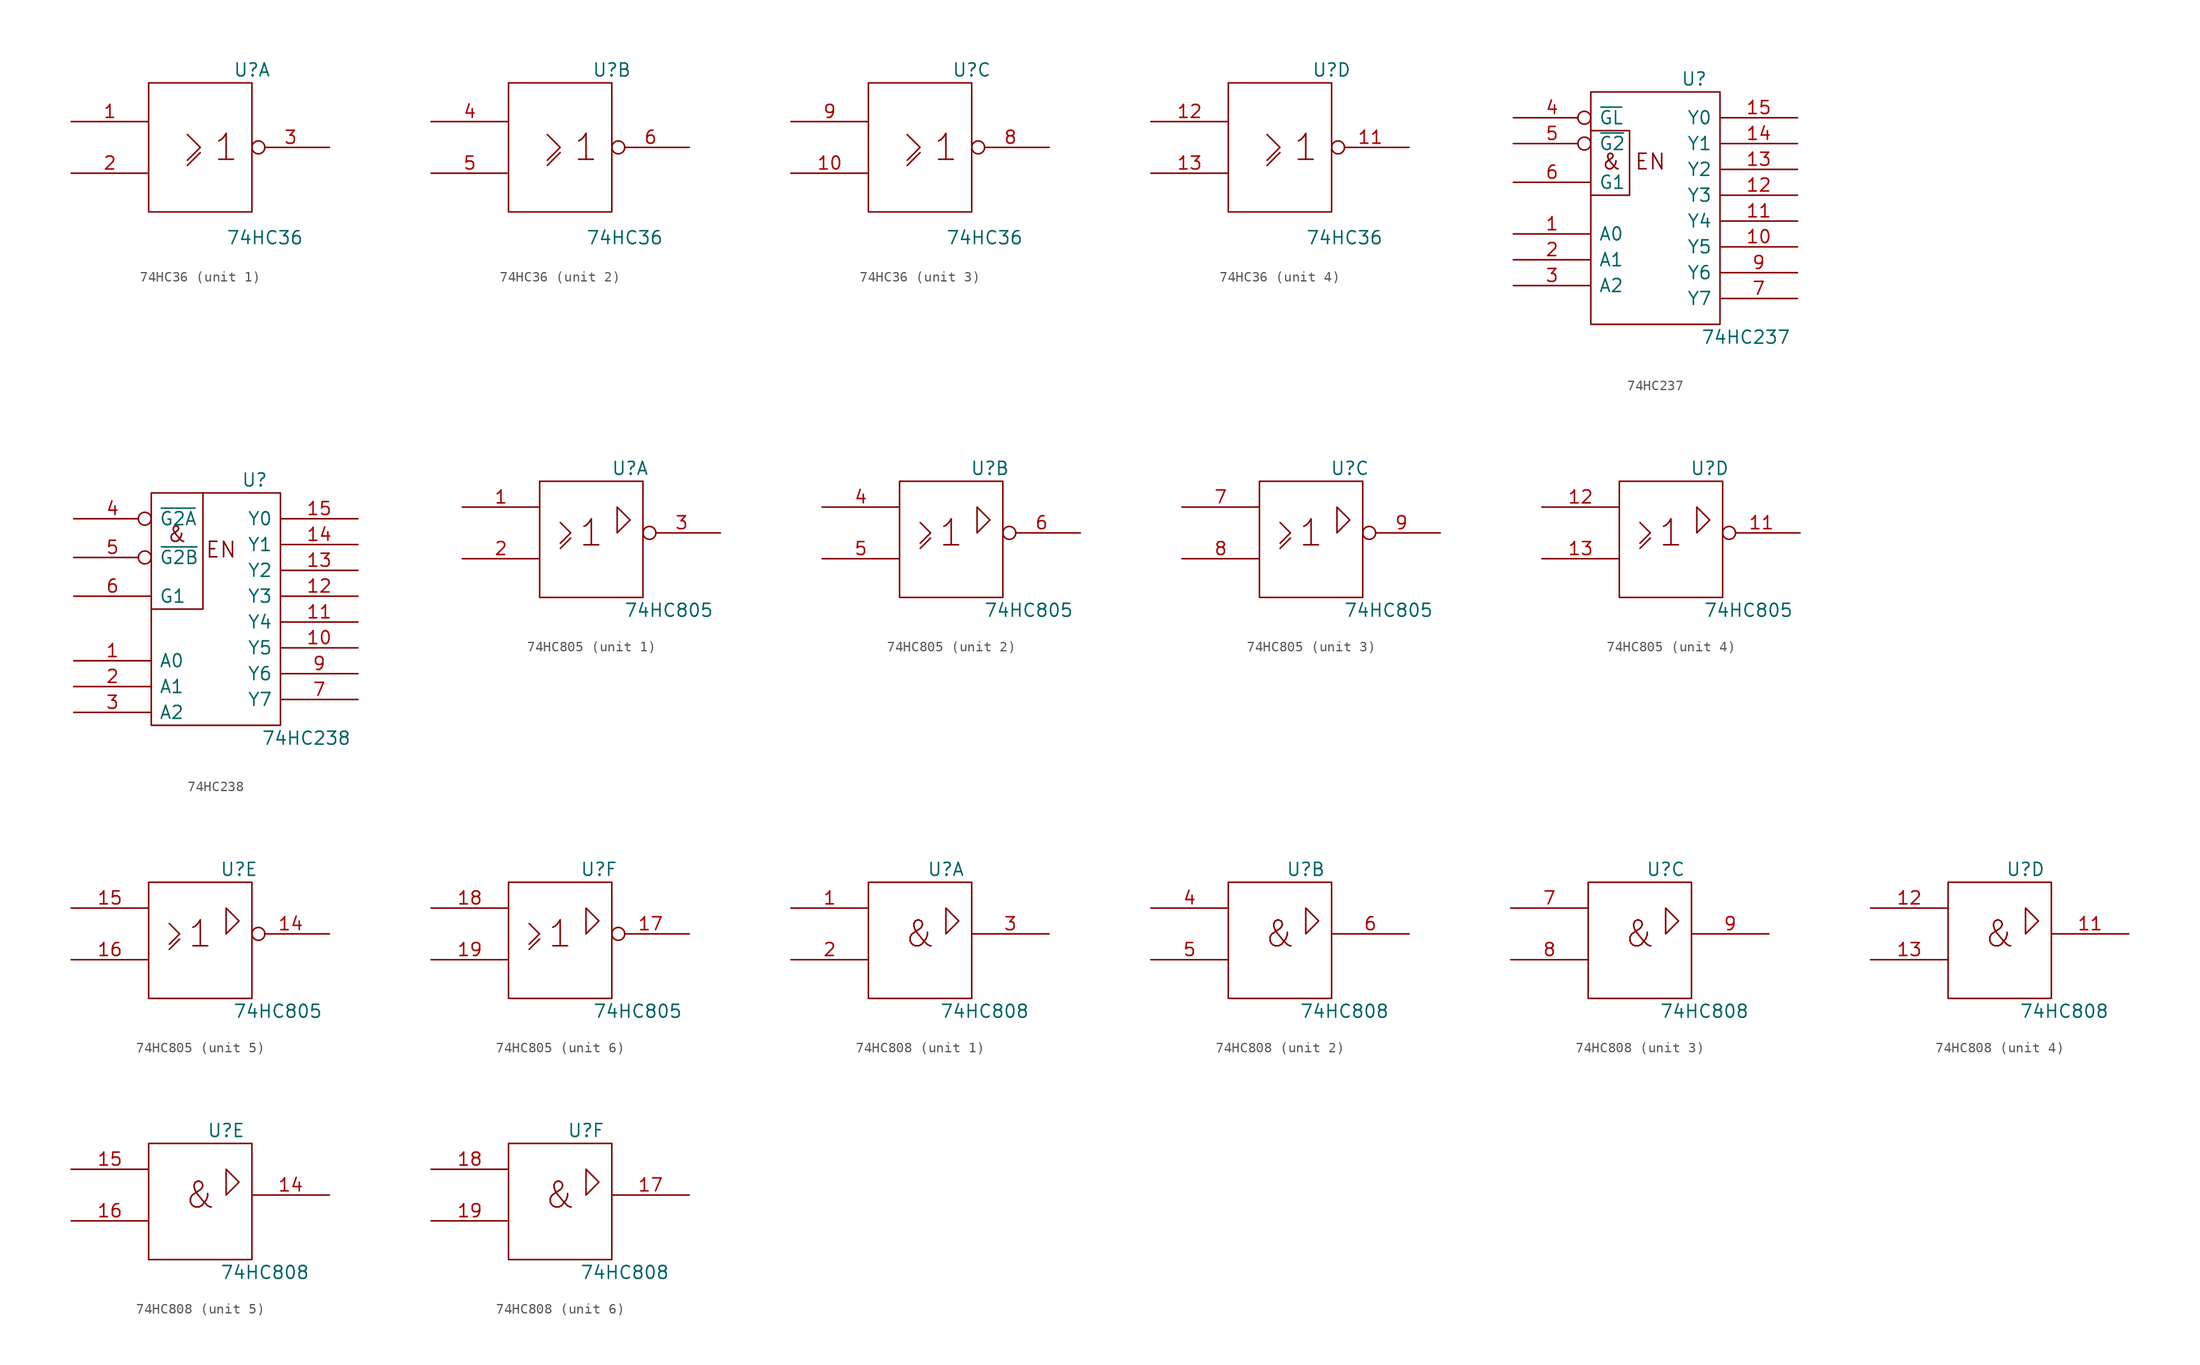
<source format=kicad_sym>
(kicad_symbol_lib
  (version 20201005)
  (generator kicad_symbol_editor)
  (symbol "74HC36"
    (pin_names
      (offset 0.762))
    (property "Reference" "U"
      (at 5.08 7.62 0)
      (effects (font (size 1.27 1.27))))
    (property "Value" "74HC36"
      (at 6.35 -8.89 0)
      (effects (font (size 1.27 1.27))))
    (symbol "74HC36_0_0"
      (text "1" (at 2.54 0 0) (effects (font (size 2.54 2.54))))
      (polyline (pts (xy -1.27 -1.778) (xy 0 -0.508) (xy 0 -0.508)) (stroke (width 0)) (fill (type none)))
      (polyline (pts (xy -1.27 1.27) (xy 0 0) (xy -1.27 -1.27) (xy -1.27 -1.27)) (stroke (width 0)) (fill (type none))))
    (symbol "74HC36_0_1"
      (rectangle (start -5.08 6.35) (end 5.08 -6.35) (stroke (width 0)) (fill (type none)))
      (pin power_in line (at 0 6.35 270) (length 0) hide (name "Vcc" (effects (font (size 1.27 1.27)))) (number "14" (effects (font (size 1.27 1.27)))))
      (pin power_in line (at 0 -6.35 90) (length 0) hide (name "Gnd" (effects (font (size 1.27 1.27)))) (number "7" (effects (font (size 1.27 1.27))))))
    (symbol "74HC36_1_1"
      (pin input line (at -12.7 2.54 0) (length 7.62) (name "~" (effects (font (size 1.27 1.27)))) (number "1" (effects (font (size 1.27 1.27)))))
      (pin input line (at -12.7 -2.54 0) (length 7.62) (name "~" (effects (font (size 1.27 1.27)))) (number "2" (effects (font (size 1.27 1.27)))))
      (pin output inverted (at 12.7 0 180) (length 7.62) (name "~" (effects (font (size 1.27 1.27)))) (number "3" (effects (font (size 1.27 1.27))))))
    (symbol "74HC36_2_1"
      (pin input line (at -12.7 2.54 0) (length 7.62) (name "~" (effects (font (size 1.27 1.27)))) (number "4" (effects (font (size 1.27 1.27)))))
      (pin input line (at -12.7 -2.54 0) (length 7.62) (name "~" (effects (font (size 1.27 1.27)))) (number "5" (effects (font (size 1.27 1.27)))))
      (pin output inverted (at 12.7 0 180) (length 7.62) (name "~" (effects (font (size 1.27 1.27)))) (number "6" (effects (font (size 1.27 1.27))))))
    (symbol "74HC36_3_1"
      (pin input line (at -12.7 -2.54 0) (length 7.62) (name "~" (effects (font (size 1.27 1.27)))) (number "10" (effects (font (size 1.27 1.27)))))
      (pin output inverted (at 12.7 0 180) (length 7.62) (name "~" (effects (font (size 1.27 1.27)))) (number "8" (effects (font (size 1.27 1.27)))))
      (pin input line (at -12.7 2.54 0) (length 7.62) (name "~" (effects (font (size 1.27 1.27)))) (number "9" (effects (font (size 1.27 1.27))))))
    (symbol "74HC36_4_1"
      (pin output inverted (at 12.7 0 180) (length 7.62) (name "~" (effects (font (size 1.27 1.27)))) (number "11" (effects (font (size 1.27 1.27)))))
      (pin input line (at -12.7 2.54 0) (length 7.62) (name "~" (effects (font (size 1.27 1.27)))) (number "12" (effects (font (size 1.27 1.27)))))
      (pin input line (at -12.7 -2.54 0) (length 7.62) (name "~" (effects (font (size 1.27 1.27)))) (number "13" (effects (font (size 1.27 1.27)))))))
  (symbol "74HC237"
    (pin_names
      (offset 0.762))
    (property "Reference" "U"
      (at 3.81 8.89 0)
      (effects (font (size 1.27 1.27))))
    (property "Value" "74HC237"
      (at 8.89 -16.51 0)
      (effects (font (size 1.27 1.27))))
    (symbol "74HC237_0_0"
      (text "&" (at -4.318 0.762 0) (effects (font (size 1.524 1.524))))
      (text "EN" (at -0.508 0.762 0) (effects (font (size 1.524 1.524))))
      (pin power_in line (at 0 7.62 270) (length 0) hide (name "VCC" (effects (font (size 1.27 1.27)))) (number "16" (effects (font (size 1.27 1.27))))))
    (symbol "74HC237_0_1"
      (rectangle (start -6.35 7.62) (end 6.35 -15.24) (stroke (width 0)) (fill (type none)))
      (polyline (pts (xy -6.35 3.81) (xy -2.54 3.81) (xy -2.54 -2.54) (xy -6.35 -2.54) (xy -6.35 -2.54)) (stroke (width 0)) (fill (type none)))
      (pin power_in line (at 0 -15.24 90) (length 0) hide (name "GND" (effects (font (size 1.27 1.27)))) (number "8" (effects (font (size 1.27 1.27))))))
    (symbol "74HC237_1_1"
      (pin input line (at -13.97 -6.35 0) (length 7.62) (name "A0" (effects (font (size 1.27 1.27)))) (number "1" (effects (font (size 1.27 1.27)))))
      (pin output line (at 13.97 -7.62 180) (length 7.62) (name "Y5" (effects (font (size 1.27 1.27)))) (number "10" (effects (font (size 1.27 1.27)))))
      (pin output line (at 13.97 -5.08 180) (length 7.62) (name "Y4" (effects (font (size 1.27 1.27)))) (number "11" (effects (font (size 1.27 1.27)))))
      (pin output line (at 13.97 -2.54 180) (length 7.62) (name "Y3" (effects (font (size 1.27 1.27)))) (number "12" (effects (font (size 1.27 1.27)))))
      (pin output line (at 13.97 0 180) (length 7.62) (name "Y2" (effects (font (size 1.27 1.27)))) (number "13" (effects (font (size 1.27 1.27)))))
      (pin output line (at 13.97 2.54 180) (length 7.62) (name "Y1" (effects (font (size 1.27 1.27)))) (number "14" (effects (font (size 1.27 1.27)))))
      (pin output line (at 13.97 5.08 180) (length 7.62) (name "Y0" (effects (font (size 1.27 1.27)))) (number "15" (effects (font (size 1.27 1.27)))))
      (pin input line (at -13.97 -8.89 0) (length 7.62) (name "A1" (effects (font (size 1.27 1.27)))) (number "2" (effects (font (size 1.27 1.27)))))
      (pin input line (at -13.97 -11.43 0) (length 7.62) (name "A2" (effects (font (size 1.27 1.27)))) (number "3" (effects (font (size 1.27 1.27)))))
      (pin input inverted (at -13.97 5.08 0) (length 7.62) (name "~GL" (effects (font (size 1.27 1.27)))) (number "4" (effects (font (size 1.27 1.27)))))
      (pin input inverted (at -13.97 2.54 0) (length 7.62) (name "~G2" (effects (font (size 1.27 1.27)))) (number "5" (effects (font (size 1.27 1.27)))))
      (pin input line (at -13.97 -1.27 0) (length 7.62) (name "G1" (effects (font (size 1.27 1.27)))) (number "6" (effects (font (size 1.27 1.27)))))
      (pin output line (at 13.97 -12.7 180) (length 7.62) (name "Y7" (effects (font (size 1.27 1.27)))) (number "7" (effects (font (size 1.27 1.27)))))
      (pin output line (at 13.97 -10.16 180) (length 7.62) (name "Y6" (effects (font (size 1.27 1.27)))) (number "9" (effects (font (size 1.27 1.27)))))))
  (symbol "74HC238"
    (pin_names
      (offset 0.762))
    (property "Reference" "U"
      (at 3.81 8.89 0)
      (effects (font (size 1.27 1.27))))
    (property "Value" "74HC238"
      (at 8.89 -16.51 0)
      (effects (font (size 1.27 1.27))))
    (symbol "74HC238_0_0"
      (text "&" (at -3.81 3.556 0) (effects (font (size 1.524 1.524))))
      (text "EN" (at 0.508 2.032 0) (effects (font (size 1.524 1.524))))
      (pin power_in line (at 0 7.62 270) (length 0) hide (name "VCC" (effects (font (size 1.27 1.27)))) (number "16" (effects (font (size 1.27 1.27))))))
    (symbol "74HC238_0_1"
      (rectangle (start -6.35 7.62) (end 6.35 -15.24) (stroke (width 0)) (fill (type none)))
      (polyline (pts (xy -1.27 7.62) (xy -1.27 -3.81) (xy -6.35 -3.81) (xy -6.35 -3.81)) (stroke (width 0)) (fill (type none))))
    (symbol "74HC238_1_1"
      (pin input line (at -13.97 -8.89 0) (length 7.62) (name "A0" (effects (font (size 1.27 1.27)))) (number "1" (effects (font (size 1.27 1.27)))))
      (pin output line (at 13.97 -7.62 180) (length 7.62) (name "Y5" (effects (font (size 1.27 1.27)))) (number "10" (effects (font (size 1.27 1.27)))))
      (pin output line (at 13.97 -5.08 180) (length 7.62) (name "Y4" (effects (font (size 1.27 1.27)))) (number "11" (effects (font (size 1.27 1.27)))))
      (pin output line (at 13.97 -2.54 180) (length 7.62) (name "Y3" (effects (font (size 1.27 1.27)))) (number "12" (effects (font (size 1.27 1.27)))))
      (pin output line (at 13.97 0 180) (length 7.62) (name "Y2" (effects (font (size 1.27 1.27)))) (number "13" (effects (font (size 1.27 1.27)))))
      (pin output line (at 13.97 2.54 180) (length 7.62) (name "Y1" (effects (font (size 1.27 1.27)))) (number "14" (effects (font (size 1.27 1.27)))))
      (pin output line (at 13.97 5.08 180) (length 7.62) (name "Y0" (effects (font (size 1.27 1.27)))) (number "15" (effects (font (size 1.27 1.27)))))
      (pin input line (at -13.97 -11.43 0) (length 7.62) (name "A1" (effects (font (size 1.27 1.27)))) (number "2" (effects (font (size 1.27 1.27)))))
      (pin input line (at -13.97 -13.97 0) (length 7.62) (name "A2" (effects (font (size 1.27 1.27)))) (number "3" (effects (font (size 1.27 1.27)))))
      (pin input inverted (at -13.97 5.08 0) (length 7.62) (name "~G2A" (effects (font (size 1.27 1.27)))) (number "4" (effects (font (size 1.27 1.27)))))
      (pin input inverted (at -13.97 1.27 0) (length 7.62) (name "~G2B" (effects (font (size 1.27 1.27)))) (number "5" (effects (font (size 1.27 1.27)))))
      (pin input line (at -13.97 -2.54 0) (length 7.62) (name "G1" (effects (font (size 1.27 1.27)))) (number "6" (effects (font (size 1.27 1.27)))))
      (pin output line (at 13.97 -12.7 180) (length 7.62) (name "Y7" (effects (font (size 1.27 1.27)))) (number "7" (effects (font (size 1.27 1.27)))))
      (pin power_in line (at 0 -15.24 90) (length 0) hide (name "GND" (effects (font (size 1.27 1.27)))) (number "8" (effects (font (size 1.27 1.27)))))
      (pin output line (at 13.97 -10.16 180) (length 7.62) (name "Y6" (effects (font (size 1.27 1.27)))) (number "9" (effects (font (size 1.27 1.27)))))))
  (symbol "74HC805"
    (pin_names
      (offset 0.762))
    (property "Reference" "U"
      (at 3.81 6.35 0)
      (effects (font (size 1.27 1.27))))
    (property "Value" "74HC805"
      (at 7.62 -7.62 0)
      (effects (font (size 1.27 1.27))))
    (symbol "74HC805_0_1"
      (text "1" (at 0 0 0) (effects (font (size 2.54 2.54))))
      (rectangle (start -5.08 5.08) (end 5.08 -6.35) (stroke (width 0)) (fill (type none)))
      (polyline (pts (xy -3.048 -1.524) (xy -2.032 -0.508) (xy -2.032 -0.508)) (stroke (width 0)) (fill (type none)))
      (polyline (pts (xy -3.048 1.016) (xy -2.032 0) (xy -3.048 -1.016) (xy -3.048 -1.016)) (stroke (width 0)) (fill (type none)))
      (polyline (pts (xy 2.54 0) (xy 2.54 2.54) (xy 3.81 1.27) (xy 2.54 0) (xy 2.54 0)) (stroke (width 0)) (fill (type none)))
      (pin power_in line (at 0 -6.35 90) (length 0) hide (name "Gnd" (effects (font (size 1.27 1.27)))) (number "10" (effects (font (size 1.27 1.27)))))
      (pin power_in line (at 0 5.08 270) (length 0) hide (name "Vcc" (effects (font (size 1.27 1.27)))) (number "20" (effects (font (size 1.27 1.27))))))
    (symbol "74HC805_1_1"
      (pin input line (at -12.7 2.54 0) (length 7.62) (name "~" (effects (font (size 1.27 1.27)))) (number "1" (effects (font (size 1.27 1.27)))))
      (pin input line (at -12.7 -2.54 0) (length 7.62) (name "~" (effects (font (size 1.27 1.27)))) (number "2" (effects (font (size 1.27 1.27)))))
      (pin output inverted (at 12.7 0 180) (length 7.62) (name "~" (effects (font (size 1.27 1.27)))) (number "3" (effects (font (size 1.27 1.27))))))
    (symbol "74HC805_2_1"
      (pin input line (at -12.7 2.54 0) (length 7.62) (name "~" (effects (font (size 1.27 1.27)))) (number "4" (effects (font (size 1.27 1.27)))))
      (pin input line (at -12.7 -2.54 0) (length 7.62) (name "~" (effects (font (size 1.27 1.27)))) (number "5" (effects (font (size 1.27 1.27)))))
      (pin output inverted (at 12.7 0 180) (length 7.62) (name "~" (effects (font (size 1.27 1.27)))) (number "6" (effects (font (size 1.27 1.27))))))
    (symbol "74HC805_3_1"
      (pin input line (at -12.7 2.54 0) (length 7.62) (name "~" (effects (font (size 1.27 1.27)))) (number "7" (effects (font (size 1.27 1.27)))))
      (pin input line (at -12.7 -2.54 0) (length 7.62) (name "~" (effects (font (size 1.27 1.27)))) (number "8" (effects (font (size 1.27 1.27)))))
      (pin output inverted (at 12.7 0 180) (length 7.62) (name "~" (effects (font (size 1.27 1.27)))) (number "9" (effects (font (size 1.27 1.27))))))
    (symbol "74HC805_4_1"
      (pin output inverted (at 12.7 0 180) (length 7.62) (name "~" (effects (font (size 1.27 1.27)))) (number "11" (effects (font (size 1.27 1.27)))))
      (pin input line (at -12.7 2.54 0) (length 7.62) (name "~" (effects (font (size 1.27 1.27)))) (number "12" (effects (font (size 1.27 1.27)))))
      (pin input line (at -12.7 -2.54 0) (length 7.62) (name "~" (effects (font (size 1.27 1.27)))) (number "13" (effects (font (size 1.27 1.27))))))
    (symbol "74HC805_5_1"
      (pin output inverted (at 12.7 0 180) (length 7.62) (name "~" (effects (font (size 1.27 1.27)))) (number "14" (effects (font (size 1.27 1.27)))))
      (pin input line (at -12.7 2.54 0) (length 7.62) (name "~" (effects (font (size 1.27 1.27)))) (number "15" (effects (font (size 1.27 1.27)))))
      (pin input line (at -12.7 -2.54 0) (length 7.62) (name "~" (effects (font (size 1.27 1.27)))) (number "16" (effects (font (size 1.27 1.27))))))
    (symbol "74HC805_6_1"
      (pin output inverted (at 12.7 0 180) (length 7.62) (name "~" (effects (font (size 1.27 1.27)))) (number "17" (effects (font (size 1.27 1.27)))))
      (pin input line (at -12.7 2.54 0) (length 7.62) (name "~" (effects (font (size 1.27 1.27)))) (number "18" (effects (font (size 1.27 1.27)))))
      (pin input line (at -12.7 -2.54 0) (length 7.62) (name "~" (effects (font (size 1.27 1.27)))) (number "19" (effects (font (size 1.27 1.27)))))))
  (symbol "74HC808"
    (pin_names
      (offset 0.762))
    (property "Reference" "U"
      (at 2.54 6.35 0)
      (effects (font (size 1.27 1.27))))
    (property "Value" "74HC808"
      (at 6.35 -7.62 0)
      (effects (font (size 1.27 1.27))))
    (symbol "74HC808_0_1"
      (text "&" (at 0 0 0) (effects (font (size 2.54 2.54))))
      (rectangle (start -5.08 5.08) (end 5.08 -6.35) (stroke (width 0)) (fill (type none)))
      (polyline (pts (xy 2.54 0) (xy 2.54 2.54) (xy 3.81 1.27) (xy 2.54 0) (xy 2.54 0)) (stroke (width 0)) (fill (type none)))
      (pin power_in line (at 0 -6.35 90) (length 0) hide (name "Gnd" (effects (font (size 1.27 1.27)))) (number "10" (effects (font (size 1.27 1.27)))))
      (pin power_in line (at 0 5.08 270) (length 0) hide (name "Vcc" (effects (font (size 1.27 1.27)))) (number "20" (effects (font (size 1.27 1.27))))))
    (symbol "74HC808_1_1"
      (pin input line (at -12.7 2.54 0) (length 7.62) (name "~" (effects (font (size 1.27 1.27)))) (number "1" (effects (font (size 1.27 1.27)))))
      (pin input line (at -12.7 -2.54 0) (length 7.62) (name "~" (effects (font (size 1.27 1.27)))) (number "2" (effects (font (size 1.27 1.27)))))
      (pin output line (at 12.7 0 180) (length 7.62) (name "~" (effects (font (size 1.27 1.27)))) (number "3" (effects (font (size 1.27 1.27))))))
    (symbol "74HC808_2_1"
      (pin input line (at -12.7 2.54 0) (length 7.62) (name "~" (effects (font (size 1.27 1.27)))) (number "4" (effects (font (size 1.27 1.27)))))
      (pin input line (at -12.7 -2.54 0) (length 7.62) (name "~" (effects (font (size 1.27 1.27)))) (number "5" (effects (font (size 1.27 1.27)))))
      (pin output line (at 12.7 0 180) (length 7.62) (name "~" (effects (font (size 1.27 1.27)))) (number "6" (effects (font (size 1.27 1.27))))))
    (symbol "74HC808_3_1"
      (pin input line (at -12.7 2.54 0) (length 7.62) (name "~" (effects (font (size 1.27 1.27)))) (number "7" (effects (font (size 1.27 1.27)))))
      (pin input line (at -12.7 -2.54 0) (length 7.62) (name "~" (effects (font (size 1.27 1.27)))) (number "8" (effects (font (size 1.27 1.27)))))
      (pin output line (at 12.7 0 180) (length 7.62) (name "~" (effects (font (size 1.27 1.27)))) (number "9" (effects (font (size 1.27 1.27))))))
    (symbol "74HC808_4_1"
      (pin output line (at 12.7 0 180) (length 7.62) (name "~" (effects (font (size 1.27 1.27)))) (number "11" (effects (font (size 1.27 1.27)))))
      (pin input line (at -12.7 2.54 0) (length 7.62) (name "~" (effects (font (size 1.27 1.27)))) (number "12" (effects (font (size 1.27 1.27)))))
      (pin input line (at -12.7 -2.54 0) (length 7.62) (name "~" (effects (font (size 1.27 1.27)))) (number "13" (effects (font (size 1.27 1.27))))))
    (symbol "74HC808_5_1"
      (pin output line (at 12.7 0 180) (length 7.62) (name "~" (effects (font (size 1.27 1.27)))) (number "14" (effects (font (size 1.27 1.27)))))
      (pin input line (at -12.7 2.54 0) (length 7.62) (name "~" (effects (font (size 1.27 1.27)))) (number "15" (effects (font (size 1.27 1.27)))))
      (pin input line (at -12.7 -2.54 0) (length 7.62) (name "~" (effects (font (size 1.27 1.27)))) (number "16" (effects (font (size 1.27 1.27))))))
    (symbol "74HC808_6_1"
      (pin output line (at 12.7 0 180) (length 7.62) (name "~" (effects (font (size 1.27 1.27)))) (number "17" (effects (font (size 1.27 1.27)))))
      (pin input line (at -12.7 2.54 0) (length 7.62) (name "~" (effects (font (size 1.27 1.27)))) (number "18" (effects (font (size 1.27 1.27)))))
      (pin input line (at -12.7 -2.54 0) (length 7.62) (name "~" (effects (font (size 1.27 1.27)))) (number "19" (effects (font (size 1.27 1.27))))))))
</source>
